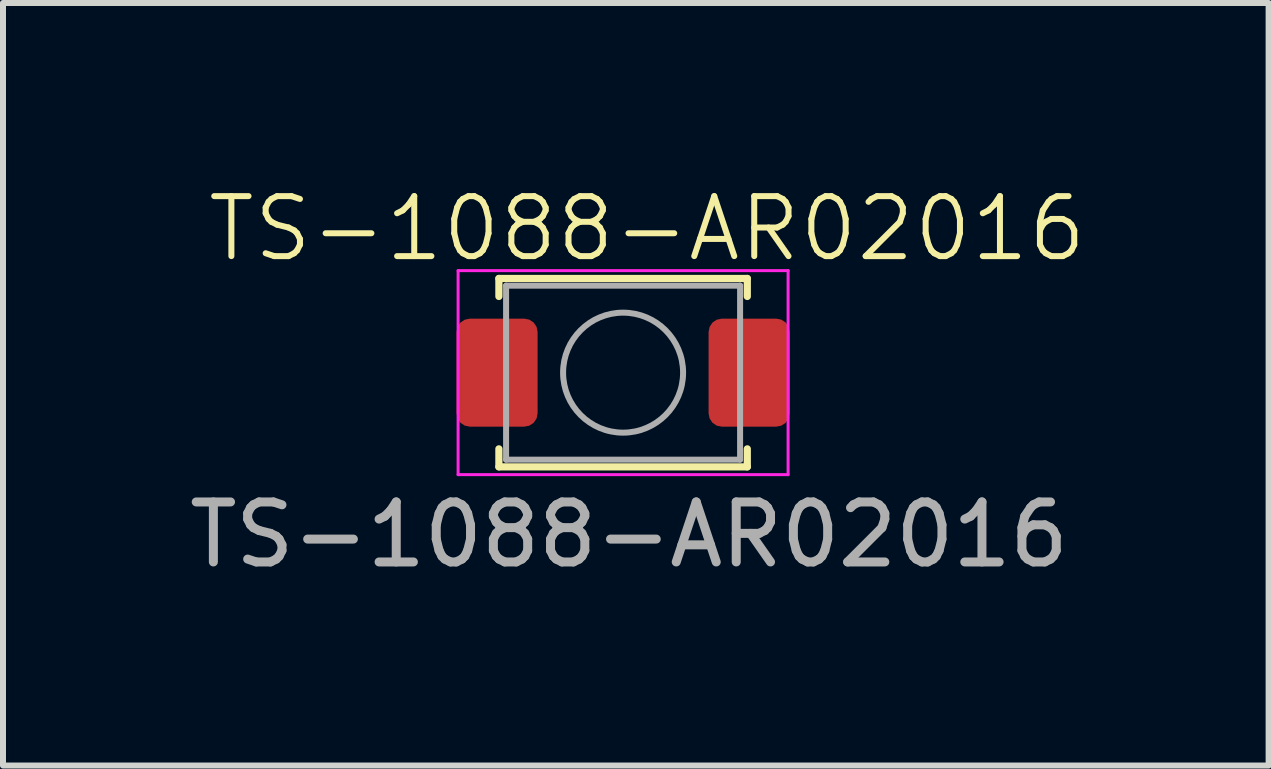
<source format=kicad_pcb>
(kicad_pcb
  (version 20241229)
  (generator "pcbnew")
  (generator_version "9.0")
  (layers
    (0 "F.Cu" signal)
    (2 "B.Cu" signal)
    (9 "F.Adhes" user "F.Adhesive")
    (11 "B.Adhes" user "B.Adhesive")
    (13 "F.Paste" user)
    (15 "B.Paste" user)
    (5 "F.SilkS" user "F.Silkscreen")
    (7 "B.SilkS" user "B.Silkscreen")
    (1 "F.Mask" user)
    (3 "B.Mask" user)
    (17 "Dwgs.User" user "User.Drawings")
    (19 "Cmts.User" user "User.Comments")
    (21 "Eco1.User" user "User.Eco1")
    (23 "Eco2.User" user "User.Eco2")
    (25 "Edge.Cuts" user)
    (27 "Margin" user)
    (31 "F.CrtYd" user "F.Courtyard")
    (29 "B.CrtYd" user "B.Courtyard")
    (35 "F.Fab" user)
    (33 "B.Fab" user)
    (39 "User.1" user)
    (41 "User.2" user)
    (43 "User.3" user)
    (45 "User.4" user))
  (footprint "TS-1088-AR02016"
    (layer "F.Cu")
    (at 7.435 3.361)
    (property "Reference" "TS-1088-AR02016" (at 0.3 -2.6 0) (unlocked yes) (layer "F.SilkS") (effects (font (size 1 1) (thickness 0.1))))
    (attr smd)
    (fp_line (start -2.17 -1.77) (end 1.97 -1.77) (stroke (width 0.12) (type solid)) (layer "F.SilkS"))
    (fp_line (start -2.17 -1.47) (end -2.17 -1.77) (stroke (width 0.12) (type solid)) (layer "F.SilkS"))
    (fp_line (start -2.17 1.37) (end -2.17 1.07) (stroke (width 0.12) (type solid)) (layer "F.SilkS"))
    (fp_line (start 1.97 -1.77) (end 1.97 -1.47) (stroke (width 0.12) (type solid)) (layer "F.SilkS"))
    (fp_line (start 1.97 1.07) (end 1.97 1.37) (stroke (width 0.12) (type solid)) (layer "F.SilkS"))
    (fp_line (start 1.97 1.37) (end -2.17 1.37) (stroke (width 0.12) (type solid)) (layer "F.SilkS"))
    (fp_line (start -2.85 -1.9) (end 2.65 -1.9) (stroke (width 0.05) (type solid)) (layer "F.CrtYd"))
    (fp_line (start -2.85 1.5) (end -2.85 -1.9) (stroke (width 0.05) (type solid)) (layer "F.CrtYd"))
    (fp_line (start 2.65 -1.9) (end 2.65 1.5) (stroke (width 0.05) (type solid)) (layer "F.CrtYd"))
    (fp_line (start 2.65 1.5) (end -2.85 1.5) (stroke (width 0.05) (type solid)) (layer "F.CrtYd"))
    (fp_line (start -2.05 -1.65) (end 1.85 -1.65) (stroke (width 0.1) (type solid)) (layer "F.Fab"))
    (fp_line (start -2.05 1.25) (end -2.05 -1.65) (stroke (width 0.1) (type solid)) (layer "F.Fab"))
    (fp_line (start 1.85 -1.65) (end 1.85 1.25) (stroke (width 0.1) (type solid)) (layer "F.Fab"))
    (fp_line (start 1.85 1.25) (end -2.05 1.25) (stroke (width 0.1) (type solid)) (layer "F.Fab"))
    (fp_circle (center -0.1 -0.2) (end 0.9 -0.2) (stroke (width 0.1) (type solid)) (fill no) (layer "F.Fab"))
    (fp_text user "${REFERENCE}" (at 0 2.5 0) (unlocked yes) (layer "F.Fab") (effects (font (size 1 1) (thickness 0.15))))
    (pad "1" smd roundrect (at -2.2 -0.2) (size 1.35 1.8) (layers "F.Cu" "F.Mask" "F.Paste") (roundrect_rratio 0.164))
    (pad "2" smd roundrect (at 2 -0.2) (size 1.35 1.8) (layers "F.Cu" "F.Mask" "F.Paste") (roundrect_rratio 0.164)))
  (gr_rect
    (start -3 -3)
    (end 18.094 9.709)
    (stroke (width 0.1) (type default))
    (fill no)
    (layer "Edge.Cuts")))
</source>
